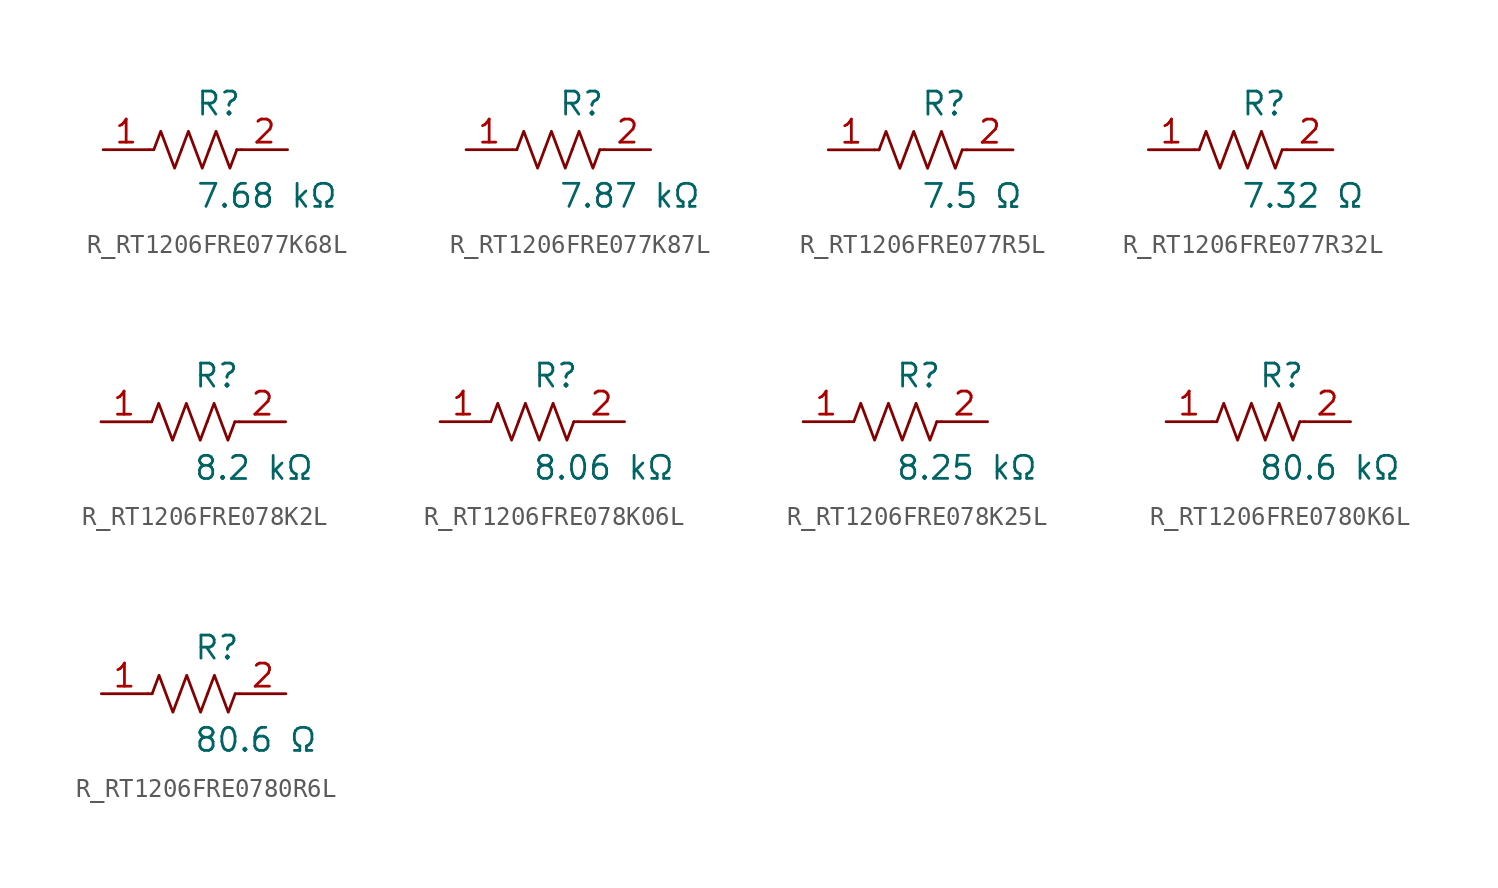
<source format=kicad_sym>
(kicad_symbol_lib
  (version 20231120)
  (generator kicad_symbol_editor)
  (generator_version 8.0)
  (symbol "R_RT1206FRE077K68L"
    (pin_names
      (offset 0.254))
    (property "Reference" "R"
      (at 0 2.54 0)
      (effects (font (size 1.27 1.27)) (justify left)))
    (property "Value" "7.68 kΩ"
      (at 0 -2.54 0)
      (effects (font (size 1.27 1.27)) (justify left)))
    (symbol "R_RT1206FRE077K68L_0_1"
      (polyline (pts (xy 2.286 0) (xy 2.54 0)) (stroke (width 0) (type default)) (fill (type none)))
      (polyline (pts (xy -2.286 0) (xy -2.54 0)) (stroke (width 0) (type default)) (fill (type none)))
      (polyline (pts (xy 0.762 0) (xy 1.143 1.016) (xy 1.524 0) (xy 1.905 -1.016) (xy 2.286 0)) (stroke (width 0) (type default)) (fill (type none)))
      (polyline (pts (xy -0.762 0) (xy -0.381 1.016) (xy 0 0) (xy 0.381 -1.016) (xy 0.762 0)) (stroke (width 0) (type default)) (fill (type none)))
      (polyline (pts (xy -2.286 0) (xy -1.905 1.016) (xy -1.524 0) (xy -1.143 -1.016) (xy -0.762 0)) (stroke (width 0) (type default)) (fill (type none))))
    (pin unspecified line
      (at -5.08 0 0)
      (length 2.54)
      (name "" (effects (font (size 1.27 1.27))))
      (number "1" (effects (font (size 1.27 1.27)))))
    (pin unspecified line
      (at 5.08 0 180)
      (length 2.54)
      (name "" (effects (font (size 1.27 1.27))))
      (number "2" (effects (font (size 1.27 1.27))))))
  (symbol "R_RT1206FRE077K87L"
    (pin_names
      (offset 0.254))
    (property "Reference" "R"
      (at 0 2.54 0)
      (effects (font (size 1.27 1.27)) (justify left)))
    (property "Value" "7.87 kΩ"
      (at 0 -2.54 0)
      (effects (font (size 1.27 1.27)) (justify left)))
    (symbol "R_RT1206FRE077K87L_0_1"
      (polyline (pts (xy 2.286 0) (xy 2.54 0)) (stroke (width 0) (type default)) (fill (type none)))
      (polyline (pts (xy -2.286 0) (xy -2.54 0)) (stroke (width 0) (type default)) (fill (type none)))
      (polyline (pts (xy 0.762 0) (xy 1.143 1.016) (xy 1.524 0) (xy 1.905 -1.016) (xy 2.286 0)) (stroke (width 0) (type default)) (fill (type none)))
      (polyline (pts (xy -0.762 0) (xy -0.381 1.016) (xy 0 0) (xy 0.381 -1.016) (xy 0.762 0)) (stroke (width 0) (type default)) (fill (type none)))
      (polyline (pts (xy -2.286 0) (xy -1.905 1.016) (xy -1.524 0) (xy -1.143 -1.016) (xy -0.762 0)) (stroke (width 0) (type default)) (fill (type none))))
    (pin unspecified line
      (at -5.08 0 0)
      (length 2.54)
      (name "" (effects (font (size 1.27 1.27))))
      (number "1" (effects (font (size 1.27 1.27)))))
    (pin unspecified line
      (at 5.08 0 180)
      (length 2.54)
      (name "" (effects (font (size 1.27 1.27))))
      (number "2" (effects (font (size 1.27 1.27))))))
  (symbol "R_RT1206FRE077R5L"
    (pin_names
      (offset 0.254))
    (property "Reference" "R"
      (at 0 2.54 0)
      (effects (font (size 1.27 1.27)) (justify left)))
    (property "Value" "7.5 Ω"
      (at 0 -2.54 0)
      (effects (font (size 1.27 1.27)) (justify left)))
    (symbol "R_RT1206FRE077R5L_0_1"
      (polyline (pts (xy 2.286 0) (xy 2.54 0)) (stroke (width 0) (type default)) (fill (type none)))
      (polyline (pts (xy -2.286 0) (xy -2.54 0)) (stroke (width 0) (type default)) (fill (type none)))
      (polyline (pts (xy 0.762 0) (xy 1.143 1.016) (xy 1.524 0) (xy 1.905 -1.016) (xy 2.286 0)) (stroke (width 0) (type default)) (fill (type none)))
      (polyline (pts (xy -0.762 0) (xy -0.381 1.016) (xy 0 0) (xy 0.381 -1.016) (xy 0.762 0)) (stroke (width 0) (type default)) (fill (type none)))
      (polyline (pts (xy -2.286 0) (xy -1.905 1.016) (xy -1.524 0) (xy -1.143 -1.016) (xy -0.762 0)) (stroke (width 0) (type default)) (fill (type none))))
    (pin unspecified line
      (at -5.08 0 0)
      (length 2.54)
      (name "" (effects (font (size 1.27 1.27))))
      (number "1" (effects (font (size 1.27 1.27)))))
    (pin unspecified line
      (at 5.08 0 180)
      (length 2.54)
      (name "" (effects (font (size 1.27 1.27))))
      (number "2" (effects (font (size 1.27 1.27))))))
  (symbol "R_RT1206FRE077R32L"
    (pin_names
      (offset 0.254))
    (property "Reference" "R"
      (at 0 2.54 0)
      (effects (font (size 1.27 1.27)) (justify left)))
    (property "Value" "7.32 Ω"
      (at 0 -2.54 0)
      (effects (font (size 1.27 1.27)) (justify left)))
    (symbol "R_RT1206FRE077R32L_0_1"
      (polyline (pts (xy 2.286 0) (xy 2.54 0)) (stroke (width 0) (type default)) (fill (type none)))
      (polyline (pts (xy -2.286 0) (xy -2.54 0)) (stroke (width 0) (type default)) (fill (type none)))
      (polyline (pts (xy 0.762 0) (xy 1.143 1.016) (xy 1.524 0) (xy 1.905 -1.016) (xy 2.286 0)) (stroke (width 0) (type default)) (fill (type none)))
      (polyline (pts (xy -0.762 0) (xy -0.381 1.016) (xy 0 0) (xy 0.381 -1.016) (xy 0.762 0)) (stroke (width 0) (type default)) (fill (type none)))
      (polyline (pts (xy -2.286 0) (xy -1.905 1.016) (xy -1.524 0) (xy -1.143 -1.016) (xy -0.762 0)) (stroke (width 0) (type default)) (fill (type none))))
    (pin unspecified line
      (at -5.08 0 0)
      (length 2.54)
      (name "" (effects (font (size 1.27 1.27))))
      (number "1" (effects (font (size 1.27 1.27)))))
    (pin unspecified line
      (at 5.08 0 180)
      (length 2.54)
      (name "" (effects (font (size 1.27 1.27))))
      (number "2" (effects (font (size 1.27 1.27))))))
  (symbol "R_RT1206FRE078K2L"
    (pin_names
      (offset 0.254))
    (property "Reference" "R"
      (at 0 2.54 0)
      (effects (font (size 1.27 1.27)) (justify left)))
    (property "Value" "8.2 kΩ"
      (at 0 -2.54 0)
      (effects (font (size 1.27 1.27)) (justify left)))
    (symbol "R_RT1206FRE078K2L_0_1"
      (polyline (pts (xy 2.286 0) (xy 2.54 0)) (stroke (width 0) (type default)) (fill (type none)))
      (polyline (pts (xy -2.286 0) (xy -2.54 0)) (stroke (width 0) (type default)) (fill (type none)))
      (polyline (pts (xy 0.762 0) (xy 1.143 1.016) (xy 1.524 0) (xy 1.905 -1.016) (xy 2.286 0)) (stroke (width 0) (type default)) (fill (type none)))
      (polyline (pts (xy -0.762 0) (xy -0.381 1.016) (xy 0 0) (xy 0.381 -1.016) (xy 0.762 0)) (stroke (width 0) (type default)) (fill (type none)))
      (polyline (pts (xy -2.286 0) (xy -1.905 1.016) (xy -1.524 0) (xy -1.143 -1.016) (xy -0.762 0)) (stroke (width 0) (type default)) (fill (type none))))
    (pin unspecified line
      (at -5.08 0 0)
      (length 2.54)
      (name "" (effects (font (size 1.27 1.27))))
      (number "1" (effects (font (size 1.27 1.27)))))
    (pin unspecified line
      (at 5.08 0 180)
      (length 2.54)
      (name "" (effects (font (size 1.27 1.27))))
      (number "2" (effects (font (size 1.27 1.27))))))
  (symbol "R_RT1206FRE078K06L"
    (pin_names
      (offset 0.254))
    (property "Reference" "R"
      (at 0 2.54 0)
      (effects (font (size 1.27 1.27)) (justify left)))
    (property "Value" "8.06 kΩ"
      (at 0 -2.54 0)
      (effects (font (size 1.27 1.27)) (justify left)))
    (symbol "R_RT1206FRE078K06L_0_1"
      (polyline (pts (xy 2.286 0) (xy 2.54 0)) (stroke (width 0) (type default)) (fill (type none)))
      (polyline (pts (xy -2.286 0) (xy -2.54 0)) (stroke (width 0) (type default)) (fill (type none)))
      (polyline (pts (xy 0.762 0) (xy 1.143 1.016) (xy 1.524 0) (xy 1.905 -1.016) (xy 2.286 0)) (stroke (width 0) (type default)) (fill (type none)))
      (polyline (pts (xy -0.762 0) (xy -0.381 1.016) (xy 0 0) (xy 0.381 -1.016) (xy 0.762 0)) (stroke (width 0) (type default)) (fill (type none)))
      (polyline (pts (xy -2.286 0) (xy -1.905 1.016) (xy -1.524 0) (xy -1.143 -1.016) (xy -0.762 0)) (stroke (width 0) (type default)) (fill (type none))))
    (pin unspecified line
      (at -5.08 0 0)
      (length 2.54)
      (name "" (effects (font (size 1.27 1.27))))
      (number "1" (effects (font (size 1.27 1.27)))))
    (pin unspecified line
      (at 5.08 0 180)
      (length 2.54)
      (name "" (effects (font (size 1.27 1.27))))
      (number "2" (effects (font (size 1.27 1.27))))))
  (symbol "R_RT1206FRE078K25L"
    (pin_names
      (offset 0.254))
    (property "Reference" "R"
      (at 0 2.54 0)
      (effects (font (size 1.27 1.27)) (justify left)))
    (property "Value" "8.25 kΩ"
      (at 0 -2.54 0)
      (effects (font (size 1.27 1.27)) (justify left)))
    (symbol "R_RT1206FRE078K25L_0_1"
      (polyline (pts (xy 2.286 0) (xy 2.54 0)) (stroke (width 0) (type default)) (fill (type none)))
      (polyline (pts (xy -2.286 0) (xy -2.54 0)) (stroke (width 0) (type default)) (fill (type none)))
      (polyline (pts (xy 0.762 0) (xy 1.143 1.016) (xy 1.524 0) (xy 1.905 -1.016) (xy 2.286 0)) (stroke (width 0) (type default)) (fill (type none)))
      (polyline (pts (xy -0.762 0) (xy -0.381 1.016) (xy 0 0) (xy 0.381 -1.016) (xy 0.762 0)) (stroke (width 0) (type default)) (fill (type none)))
      (polyline (pts (xy -2.286 0) (xy -1.905 1.016) (xy -1.524 0) (xy -1.143 -1.016) (xy -0.762 0)) (stroke (width 0) (type default)) (fill (type none))))
    (pin unspecified line
      (at -5.08 0 0)
      (length 2.54)
      (name "" (effects (font (size 1.27 1.27))))
      (number "1" (effects (font (size 1.27 1.27)))))
    (pin unspecified line
      (at 5.08 0 180)
      (length 2.54)
      (name "" (effects (font (size 1.27 1.27))))
      (number "2" (effects (font (size 1.27 1.27))))))
  (symbol "R_RT1206FRE0780K6L"
    (pin_names
      (offset 0.254))
    (property "Reference" "R"
      (at 0 2.54 0)
      (effects (font (size 1.27 1.27)) (justify left)))
    (property "Value" "80.6 kΩ"
      (at 0 -2.54 0)
      (effects (font (size 1.27 1.27)) (justify left)))
    (symbol "R_RT1206FRE0780K6L_0_1"
      (polyline (pts (xy 2.286 0) (xy 2.54 0)) (stroke (width 0) (type default)) (fill (type none)))
      (polyline (pts (xy -2.286 0) (xy -2.54 0)) (stroke (width 0) (type default)) (fill (type none)))
      (polyline (pts (xy 0.762 0) (xy 1.143 1.016) (xy 1.524 0) (xy 1.905 -1.016) (xy 2.286 0)) (stroke (width 0) (type default)) (fill (type none)))
      (polyline (pts (xy -0.762 0) (xy -0.381 1.016) (xy 0 0) (xy 0.381 -1.016) (xy 0.762 0)) (stroke (width 0) (type default)) (fill (type none)))
      (polyline (pts (xy -2.286 0) (xy -1.905 1.016) (xy -1.524 0) (xy -1.143 -1.016) (xy -0.762 0)) (stroke (width 0) (type default)) (fill (type none))))
    (pin unspecified line
      (at -5.08 0 0)
      (length 2.54)
      (name "" (effects (font (size 1.27 1.27))))
      (number "1" (effects (font (size 1.27 1.27)))))
    (pin unspecified line
      (at 5.08 0 180)
      (length 2.54)
      (name "" (effects (font (size 1.27 1.27))))
      (number "2" (effects (font (size 1.27 1.27))))))
  (symbol "R_RT1206FRE0780R6L"
    (pin_names
      (offset 0.254))
    (property "Reference" "R"
      (at 0 2.54 0)
      (effects (font (size 1.27 1.27)) (justify left)))
    (property "Value" "80.6 Ω"
      (at 0 -2.54 0)
      (effects (font (size 1.27 1.27)) (justify left)))
    (symbol "R_RT1206FRE0780R6L_0_1"
      (polyline (pts (xy 2.286 0) (xy 2.54 0)) (stroke (width 0) (type default)) (fill (type none)))
      (polyline (pts (xy -2.286 0) (xy -2.54 0)) (stroke (width 0) (type default)) (fill (type none)))
      (polyline (pts (xy 0.762 0) (xy 1.143 1.016) (xy 1.524 0) (xy 1.905 -1.016) (xy 2.286 0)) (stroke (width 0) (type default)) (fill (type none)))
      (polyline (pts (xy -0.762 0) (xy -0.381 1.016) (xy 0 0) (xy 0.381 -1.016) (xy 0.762 0)) (stroke (width 0) (type default)) (fill (type none)))
      (polyline (pts (xy -2.286 0) (xy -1.905 1.016) (xy -1.524 0) (xy -1.143 -1.016) (xy -0.762 0)) (stroke (width 0) (type default)) (fill (type none))))
    (pin unspecified line
      (at -5.08 0 0)
      (length 2.54)
      (name "" (effects (font (size 1.27 1.27))))
      (number "1" (effects (font (size 1.27 1.27)))))
    (pin unspecified line
      (at 5.08 0 180)
      (length 2.54)
      (name "" (effects (font (size 1.27 1.27))))
      (number "2" (effects (font (size 1.27 1.27)))))))
</source>
